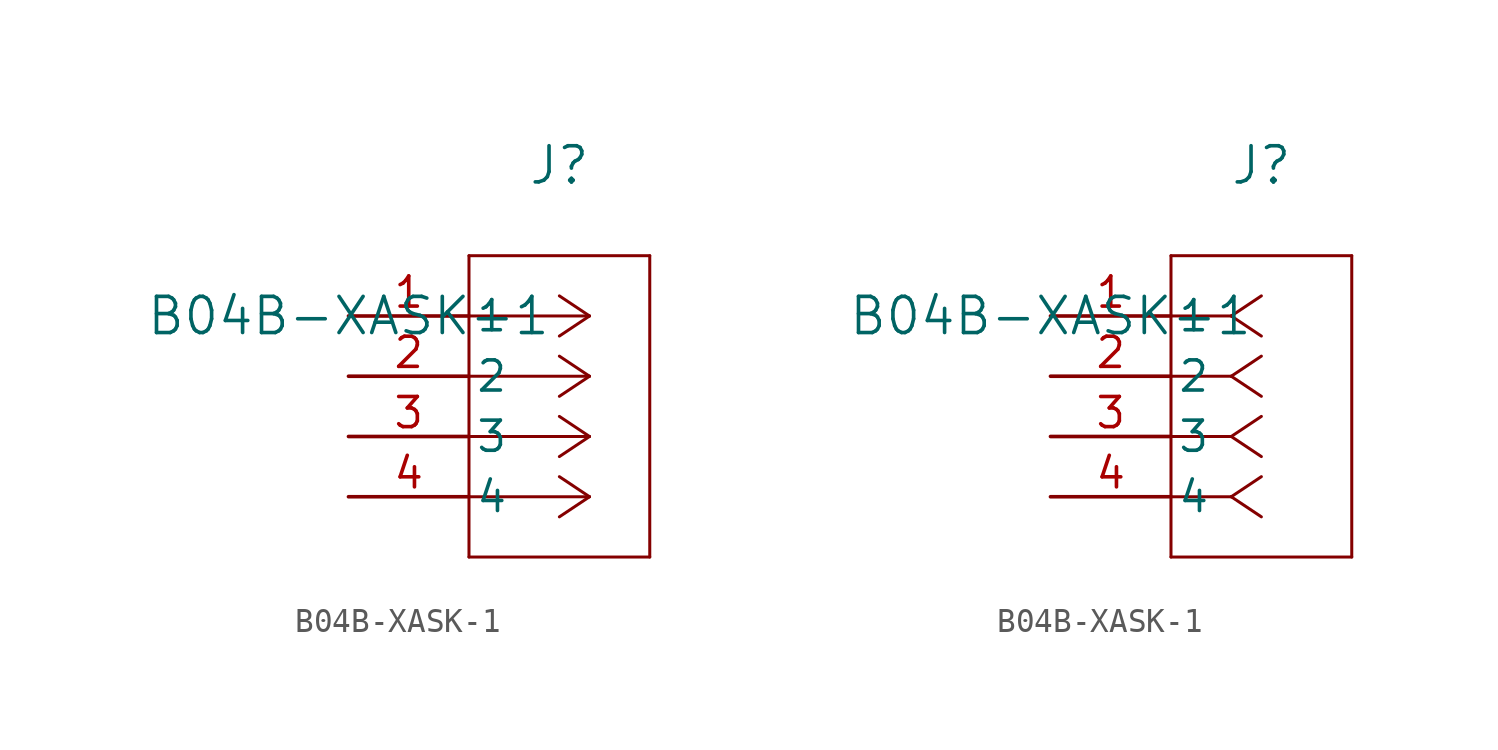
<source format=kicad_sym>
(kicad_symbol_lib
  (version 20211014)
  (generator kicad_symbol_editor)
  (symbol "B04B-XASK-1"
    (pin_names
      (offset 0.254))
    (property "Reference" "J"
      (at 8.89 6.35 0)
      (effects (font (size 1.524 1.524))))
    (property "Value" "B04B-XASK-1"
      (at 0 0 0)
      (effects (font (size 1.524 1.524))))
    (symbol "B04B-XASK-1_1_1"
      (polyline (pts (xy 10.16 0) (xy 5.08 0)) (stroke (width 0.127) (type default) (color 0 0 0 0)) (fill (type none)))
      (polyline (pts (xy 10.16 -2.54) (xy 5.08 -2.54)) (stroke (width 0.127) (type default) (color 0 0 0 0)) (fill (type none)))
      (polyline (pts (xy 10.16 -5.08) (xy 5.08 -5.08)) (stroke (width 0.127) (type default) (color 0 0 0 0)) (fill (type none)))
      (polyline (pts (xy 10.16 -7.62) (xy 5.08 -7.62)) (stroke (width 0.127) (type default) (color 0 0 0 0)) (fill (type none)))
      (polyline (pts (xy 10.16 0) (xy 8.89 0.847)) (stroke (width 0.127) (type default) (color 0 0 0 0)) (fill (type none)))
      (polyline (pts (xy 10.16 -2.54) (xy 8.89 -1.693)) (stroke (width 0.127) (type default) (color 0 0 0 0)) (fill (type none)))
      (polyline (pts (xy 10.16 -5.08) (xy 8.89 -4.233)) (stroke (width 0.127) (type default) (color 0 0 0 0)) (fill (type none)))
      (polyline (pts (xy 10.16 -7.62) (xy 8.89 -6.773)) (stroke (width 0.127) (type default) (color 0 0 0 0)) (fill (type none)))
      (polyline (pts (xy 10.16 0) (xy 8.89 -0.847)) (stroke (width 0.127) (type default) (color 0 0 0 0)) (fill (type none)))
      (polyline (pts (xy 10.16 -2.54) (xy 8.89 -3.387)) (stroke (width 0.127) (type default) (color 0 0 0 0)) (fill (type none)))
      (polyline (pts (xy 10.16 -5.08) (xy 8.89 -5.927)) (stroke (width 0.127) (type default) (color 0 0 0 0)) (fill (type none)))
      (polyline (pts (xy 10.16 -7.62) (xy 8.89 -8.467)) (stroke (width 0.127) (type default) (color 0 0 0 0)) (fill (type none)))
      (polyline (pts (xy 5.08 2.54) (xy 5.08 -10.16)) (stroke (width 0.127) (type default) (color 0 0 0 0)) (fill (type none)))
      (polyline (pts (xy 5.08 -10.16) (xy 12.7 -10.16)) (stroke (width 0.127) (type default) (color 0 0 0 0)) (fill (type none)))
      (polyline (pts (xy 12.7 -10.16) (xy 12.7 2.54)) (stroke (width 0.127) (type default) (color 0 0 0 0)) (fill (type none)))
      (polyline (pts (xy 12.7 2.54) (xy 5.08 2.54)) (stroke (width 0.127) (type default) (color 0 0 0 0)) (fill (type none)))
      (pin unspecified line (at 0 0 0) (length 5.08) (name "1" (effects (font (size 1.27 1.27)))) (number "1" (effects (font (size 1.27 1.27)))))
      (pin unspecified line (at 0 -2.54 0) (length 5.08) (name "2" (effects (font (size 1.27 1.27)))) (number "2" (effects (font (size 1.27 1.27)))))
      (pin unspecified line (at 0 -5.08 0) (length 5.08) (name "3" (effects (font (size 1.27 1.27)))) (number "3" (effects (font (size 1.27 1.27)))))
      (pin unspecified line (at 0 -7.62 0) (length 5.08) (name "4" (effects (font (size 1.27 1.27)))) (number "4" (effects (font (size 1.27 1.27))))))
    (symbol "B04B-XASK-1_1_2"
      (polyline (pts (xy 7.62 0) (xy 5.08 0)) (stroke (width 0.127) (type default) (color 0 0 0 0)) (fill (type none)))
      (polyline (pts (xy 7.62 -2.54) (xy 5.08 -2.54)) (stroke (width 0.127) (type default) (color 0 0 0 0)) (fill (type none)))
      (polyline (pts (xy 7.62 -5.08) (xy 5.08 -5.08)) (stroke (width 0.127) (type default) (color 0 0 0 0)) (fill (type none)))
      (polyline (pts (xy 7.62 -7.62) (xy 5.08 -7.62)) (stroke (width 0.127) (type default) (color 0 0 0 0)) (fill (type none)))
      (polyline (pts (xy 7.62 0) (xy 8.89 0.847)) (stroke (width 0.127) (type default) (color 0 0 0 0)) (fill (type none)))
      (polyline (pts (xy 7.62 -2.54) (xy 8.89 -1.693)) (stroke (width 0.127) (type default) (color 0 0 0 0)) (fill (type none)))
      (polyline (pts (xy 7.62 -5.08) (xy 8.89 -4.233)) (stroke (width 0.127) (type default) (color 0 0 0 0)) (fill (type none)))
      (polyline (pts (xy 7.62 -7.62) (xy 8.89 -6.773)) (stroke (width 0.127) (type default) (color 0 0 0 0)) (fill (type none)))
      (polyline (pts (xy 7.62 0) (xy 8.89 -0.847)) (stroke (width 0.127) (type default) (color 0 0 0 0)) (fill (type none)))
      (polyline (pts (xy 7.62 -2.54) (xy 8.89 -3.387)) (stroke (width 0.127) (type default) (color 0 0 0 0)) (fill (type none)))
      (polyline (pts (xy 7.62 -5.08) (xy 8.89 -5.927)) (stroke (width 0.127) (type default) (color 0 0 0 0)) (fill (type none)))
      (polyline (pts (xy 7.62 -7.62) (xy 8.89 -8.467)) (stroke (width 0.127) (type default) (color 0 0 0 0)) (fill (type none)))
      (polyline (pts (xy 5.08 2.54) (xy 5.08 -10.16)) (stroke (width 0.127) (type default) (color 0 0 0 0)) (fill (type none)))
      (polyline (pts (xy 5.08 -10.16) (xy 12.7 -10.16)) (stroke (width 0.127) (type default) (color 0 0 0 0)) (fill (type none)))
      (polyline (pts (xy 12.7 -10.16) (xy 12.7 2.54)) (stroke (width 0.127) (type default) (color 0 0 0 0)) (fill (type none)))
      (polyline (pts (xy 12.7 2.54) (xy 5.08 2.54)) (stroke (width 0.127) (type default) (color 0 0 0 0)) (fill (type none)))
      (pin unspecified line (at 0 0 0) (length 5.08) (name "1" (effects (font (size 1.27 1.27)))) (number "1" (effects (font (size 1.27 1.27)))))
      (pin unspecified line (at 0 -2.54 0) (length 5.08) (name "2" (effects (font (size 1.27 1.27)))) (number "2" (effects (font (size 1.27 1.27)))))
      (pin unspecified line (at 0 -5.08 0) (length 5.08) (name "3" (effects (font (size 1.27 1.27)))) (number "3" (effects (font (size 1.27 1.27)))))
      (pin unspecified line (at 0 -7.62 0) (length 5.08) (name "4" (effects (font (size 1.27 1.27)))) (number "4" (effects (font (size 1.27 1.27))))))))
</source>
